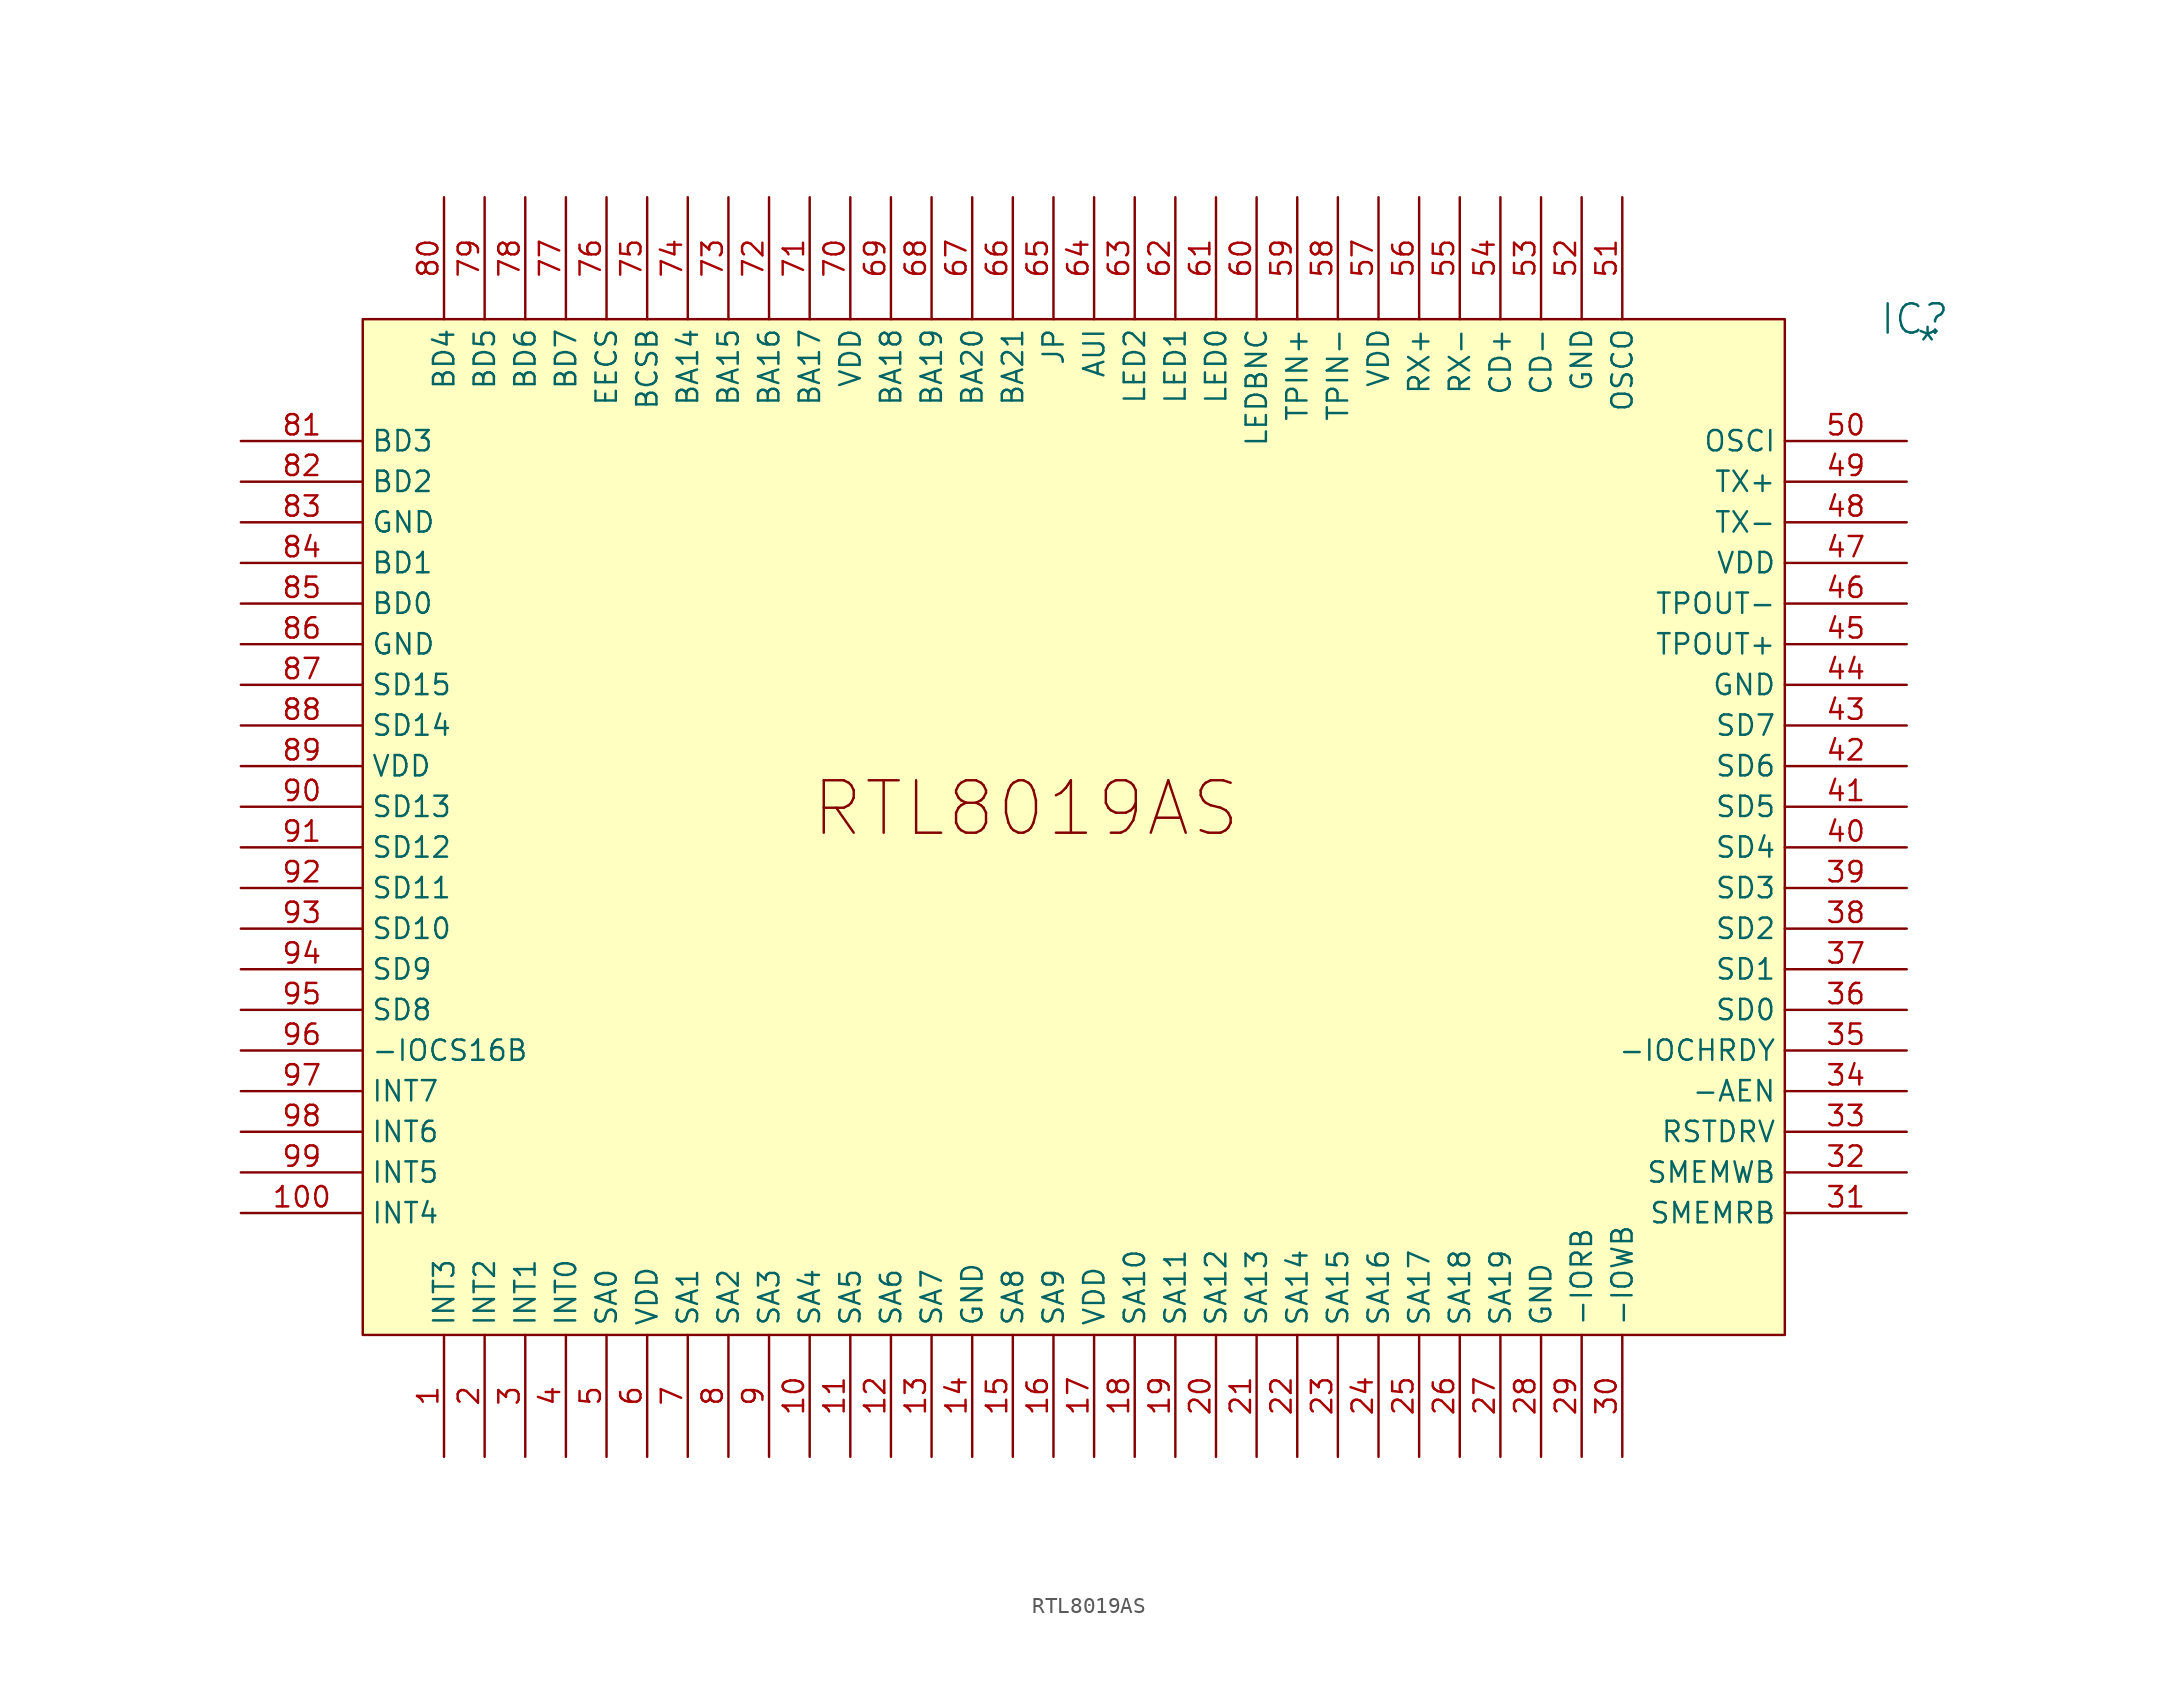
<source format=kicad_sym>
(kicad_symbol_lib
  (version 20241209)
  (generator "kicad_symbol_editor")
  (generator_version "9.0")
  (symbol "RTL8019AS"
    (property "Reference" "IC"
      (at 97.028 0 0)
      (effects (font (size 1.829 1.829))))
    (property "Value" "*"
      (at 97.028 -2.54 0)
      (effects (font (size 1.829 1.829)) (justify left bottom)))
    (symbol "RTL8019AS_1_0"
      (rectangle (start 88.9 0) (end 0 -63.5) (stroke (width 0) (type solid) (color 128 0 0 1)) (fill (type background)))
      (text "RTL8019AS" (at 27.94 -32.512 0) (effects (font (size 3.277 3.277)) (justify left bottom)))
      (pin passive line (at -7.62 -7.62 0) (length 7.62) (name "BD3" (effects (font (size 1.27 1.27)))) (number "81" (effects (font (size 1.27 1.27)))))
      (pin passive line (at -7.62 -10.16 0) (length 7.62) (name "BD2" (effects (font (size 1.27 1.27)))) (number "82" (effects (font (size 1.27 1.27)))))
      (pin passive line (at -7.62 -12.7 0) (length 7.62) (name "GND" (effects (font (size 1.27 1.27)))) (number "83" (effects (font (size 1.27 1.27)))))
      (pin passive line (at -7.62 -15.24 0) (length 7.62) (name "BD1" (effects (font (size 1.27 1.27)))) (number "84" (effects (font (size 1.27 1.27)))))
      (pin passive line (at -7.62 -17.78 0) (length 7.62) (name "BD0" (effects (font (size 1.27 1.27)))) (number "85" (effects (font (size 1.27 1.27)))))
      (pin passive line (at -7.62 -20.32 0) (length 7.62) (name "GND" (effects (font (size 1.27 1.27)))) (number "86" (effects (font (size 1.27 1.27)))))
      (pin passive line (at -7.62 -22.86 0) (length 7.62) (name "SD15" (effects (font (size 1.27 1.27)))) (number "87" (effects (font (size 1.27 1.27)))))
      (pin passive line (at -7.62 -25.4 0) (length 7.62) (name "SD14" (effects (font (size 1.27 1.27)))) (number "88" (effects (font (size 1.27 1.27)))))
      (pin passive line (at -7.62 -27.94 0) (length 7.62) (name "VDD" (effects (font (size 1.27 1.27)))) (number "89" (effects (font (size 1.27 1.27)))))
      (pin passive line (at -7.62 -30.48 0) (length 7.62) (name "SD13" (effects (font (size 1.27 1.27)))) (number "90" (effects (font (size 1.27 1.27)))))
      (pin passive line (at -7.62 -33.02 0) (length 7.62) (name "SD12" (effects (font (size 1.27 1.27)))) (number "91" (effects (font (size 1.27 1.27)))))
      (pin passive line (at -7.62 -35.56 0) (length 7.62) (name "SD11" (effects (font (size 1.27 1.27)))) (number "92" (effects (font (size 1.27 1.27)))))
      (pin passive line (at -7.62 -38.1 0) (length 7.62) (name "SD10" (effects (font (size 1.27 1.27)))) (number "93" (effects (font (size 1.27 1.27)))))
      (pin passive line (at -7.62 -40.64 0) (length 7.62) (name "SD9" (effects (font (size 1.27 1.27)))) (number "94" (effects (font (size 1.27 1.27)))))
      (pin passive line (at -7.62 -43.18 0) (length 7.62) (name "SD8" (effects (font (size 1.27 1.27)))) (number "95" (effects (font (size 1.27 1.27)))))
      (pin passive line (at -7.62 -45.72 0) (length 7.62) (name "-IOCS16B" (effects (font (size 1.27 1.27)))) (number "96" (effects (font (size 1.27 1.27)))))
      (pin passive line (at -7.62 -48.26 0) (length 7.62) (name "INT7" (effects (font (size 1.27 1.27)))) (number "97" (effects (font (size 1.27 1.27)))))
      (pin passive line (at -7.62 -50.8 0) (length 7.62) (name "INT6" (effects (font (size 1.27 1.27)))) (number "98" (effects (font (size 1.27 1.27)))))
      (pin passive line (at -7.62 -53.34 0) (length 7.62) (name "INT5" (effects (font (size 1.27 1.27)))) (number "99" (effects (font (size 1.27 1.27)))))
      (pin passive line (at -7.62 -55.88 0) (length 7.62) (name "INT4" (effects (font (size 1.27 1.27)))) (number "100" (effects (font (size 1.27 1.27)))))
      (pin passive line (at 5.08 7.62 270) (length 7.62) (name "BD4" (effects (font (size 1.27 1.27)))) (number "80" (effects (font (size 1.27 1.27)))))
      (pin passive line (at 5.08 -71.12 90) (length 7.62) (name "INT3" (effects (font (size 1.27 1.27)))) (number "1" (effects (font (size 1.27 1.27)))))
      (pin passive line (at 7.62 7.62 270) (length 7.62) (name "BD5" (effects (font (size 1.27 1.27)))) (number "79" (effects (font (size 1.27 1.27)))))
      (pin passive line (at 7.62 -71.12 90) (length 7.62) (name "INT2" (effects (font (size 1.27 1.27)))) (number "2" (effects (font (size 1.27 1.27)))))
      (pin passive line (at 10.16 7.62 270) (length 7.62) (name "BD6" (effects (font (size 1.27 1.27)))) (number "78" (effects (font (size 1.27 1.27)))))
      (pin passive line (at 10.16 -71.12 90) (length 7.62) (name "INT1" (effects (font (size 1.27 1.27)))) (number "3" (effects (font (size 1.27 1.27)))))
      (pin passive line (at 12.7 7.62 270) (length 7.62) (name "BD7" (effects (font (size 1.27 1.27)))) (number "77" (effects (font (size 1.27 1.27)))))
      (pin passive line (at 12.7 -71.12 90) (length 7.62) (name "INT0" (effects (font (size 1.27 1.27)))) (number "4" (effects (font (size 1.27 1.27)))))
      (pin passive line (at 15.24 7.62 270) (length 7.62) (name "EECS" (effects (font (size 1.27 1.27)))) (number "76" (effects (font (size 1.27 1.27)))))
      (pin passive line (at 15.24 -71.12 90) (length 7.62) (name "SA0" (effects (font (size 1.27 1.27)))) (number "5" (effects (font (size 1.27 1.27)))))
      (pin passive line (at 17.78 7.62 270) (length 7.62) (name "BCSB" (effects (font (size 1.27 1.27)))) (number "75" (effects (font (size 1.27 1.27)))))
      (pin passive line (at 17.78 -71.12 90) (length 7.62) (name "VDD" (effects (font (size 1.27 1.27)))) (number "6" (effects (font (size 1.27 1.27)))))
      (pin passive line (at 20.32 7.62 270) (length 7.62) (name "BA14" (effects (font (size 1.27 1.27)))) (number "74" (effects (font (size 1.27 1.27)))))
      (pin passive line (at 20.32 -71.12 90) (length 7.62) (name "SA1" (effects (font (size 1.27 1.27)))) (number "7" (effects (font (size 1.27 1.27)))))
      (pin passive line (at 22.86 7.62 270) (length 7.62) (name "BA15" (effects (font (size 1.27 1.27)))) (number "73" (effects (font (size 1.27 1.27)))))
      (pin passive line (at 22.86 -71.12 90) (length 7.62) (name "SA2" (effects (font (size 1.27 1.27)))) (number "8" (effects (font (size 1.27 1.27)))))
      (pin passive line (at 25.4 7.62 270) (length 7.62) (name "BA16" (effects (font (size 1.27 1.27)))) (number "72" (effects (font (size 1.27 1.27)))))
      (pin passive line (at 25.4 -71.12 90) (length 7.62) (name "SA3" (effects (font (size 1.27 1.27)))) (number "9" (effects (font (size 1.27 1.27)))))
      (pin passive line (at 27.94 7.62 270) (length 7.62) (name "BA17" (effects (font (size 1.27 1.27)))) (number "71" (effects (font (size 1.27 1.27)))))
      (pin passive line (at 27.94 -71.12 90) (length 7.62) (name "SA4" (effects (font (size 1.27 1.27)))) (number "10" (effects (font (size 1.27 1.27)))))
      (pin passive line (at 30.48 7.62 270) (length 7.62) (name "VDD" (effects (font (size 1.27 1.27)))) (number "70" (effects (font (size 1.27 1.27)))))
      (pin passive line (at 30.48 -71.12 90) (length 7.62) (name "SA5" (effects (font (size 1.27 1.27)))) (number "11" (effects (font (size 1.27 1.27)))))
      (pin passive line (at 33.02 7.62 270) (length 7.62) (name "BA18" (effects (font (size 1.27 1.27)))) (number "69" (effects (font (size 1.27 1.27)))))
      (pin passive line (at 33.02 -71.12 90) (length 7.62) (name "SA6" (effects (font (size 1.27 1.27)))) (number "12" (effects (font (size 1.27 1.27)))))
      (pin passive line (at 35.56 7.62 270) (length 7.62) (name "BA19" (effects (font (size 1.27 1.27)))) (number "68" (effects (font (size 1.27 1.27)))))
      (pin passive line (at 35.56 -71.12 90) (length 7.62) (name "SA7" (effects (font (size 1.27 1.27)))) (number "13" (effects (font (size 1.27 1.27)))))
      (pin passive line (at 38.1 7.62 270) (length 7.62) (name "BA20" (effects (font (size 1.27 1.27)))) (number "67" (effects (font (size 1.27 1.27)))))
      (pin passive line (at 38.1 -71.12 90) (length 7.62) (name "GND" (effects (font (size 1.27 1.27)))) (number "14" (effects (font (size 1.27 1.27)))))
      (pin passive line (at 40.64 7.62 270) (length 7.62) (name "BA21" (effects (font (size 1.27 1.27)))) (number "66" (effects (font (size 1.27 1.27)))))
      (pin passive line (at 40.64 -71.12 90) (length 7.62) (name "SA8" (effects (font (size 1.27 1.27)))) (number "15" (effects (font (size 1.27 1.27)))))
      (pin passive line (at 43.18 7.62 270) (length 7.62) (name "JP" (effects (font (size 1.27 1.27)))) (number "65" (effects (font (size 1.27 1.27)))))
      (pin passive line (at 43.18 -71.12 90) (length 7.62) (name "SA9" (effects (font (size 1.27 1.27)))) (number "16" (effects (font (size 1.27 1.27)))))
      (pin passive line (at 45.72 7.62 270) (length 7.62) (name "AUI" (effects (font (size 1.27 1.27)))) (number "64" (effects (font (size 1.27 1.27)))))
      (pin passive line (at 45.72 -71.12 90) (length 7.62) (name "VDD" (effects (font (size 1.27 1.27)))) (number "17" (effects (font (size 1.27 1.27)))))
      (pin passive line (at 48.26 7.62 270) (length 7.62) (name "LED2" (effects (font (size 1.27 1.27)))) (number "63" (effects (font (size 1.27 1.27)))))
      (pin passive line (at 48.26 -71.12 90) (length 7.62) (name "SA10" (effects (font (size 1.27 1.27)))) (number "18" (effects (font (size 1.27 1.27)))))
      (pin passive line (at 50.8 7.62 270) (length 7.62) (name "LED1" (effects (font (size 1.27 1.27)))) (number "62" (effects (font (size 1.27 1.27)))))
      (pin passive line (at 50.8 -71.12 90) (length 7.62) (name "SA11" (effects (font (size 1.27 1.27)))) (number "19" (effects (font (size 1.27 1.27)))))
      (pin passive line (at 53.34 7.62 270) (length 7.62) (name "LED0" (effects (font (size 1.27 1.27)))) (number "61" (effects (font (size 1.27 1.27)))))
      (pin passive line (at 53.34 -71.12 90) (length 7.62) (name "SA12" (effects (font (size 1.27 1.27)))) (number "20" (effects (font (size 1.27 1.27)))))
      (pin passive line (at 55.88 7.62 270) (length 7.62) (name "LEDBNC" (effects (font (size 1.27 1.27)))) (number "60" (effects (font (size 1.27 1.27)))))
      (pin passive line (at 55.88 -71.12 90) (length 7.62) (name "SA13" (effects (font (size 1.27 1.27)))) (number "21" (effects (font (size 1.27 1.27)))))
      (pin passive line (at 58.42 7.62 270) (length 7.62) (name "TPIN+" (effects (font (size 1.27 1.27)))) (number "59" (effects (font (size 1.27 1.27)))))
      (pin passive line (at 58.42 -71.12 90) (length 7.62) (name "SA14" (effects (font (size 1.27 1.27)))) (number "22" (effects (font (size 1.27 1.27)))))
      (pin passive line (at 60.96 7.62 270) (length 7.62) (name "TPIN-" (effects (font (size 1.27 1.27)))) (number "58" (effects (font (size 1.27 1.27)))))
      (pin passive line (at 60.96 -71.12 90) (length 7.62) (name "SA15" (effects (font (size 1.27 1.27)))) (number "23" (effects (font (size 1.27 1.27)))))
      (pin passive line (at 63.5 7.62 270) (length 7.62) (name "VDD" (effects (font (size 1.27 1.27)))) (number "57" (effects (font (size 1.27 1.27)))))
      (pin passive line (at 63.5 -71.12 90) (length 7.62) (name "SA16" (effects (font (size 1.27 1.27)))) (number "24" (effects (font (size 1.27 1.27)))))
      (pin passive line (at 66.04 7.62 270) (length 7.62) (name "RX+" (effects (font (size 1.27 1.27)))) (number "56" (effects (font (size 1.27 1.27)))))
      (pin passive line (at 66.04 -71.12 90) (length 7.62) (name "SA17" (effects (font (size 1.27 1.27)))) (number "25" (effects (font (size 1.27 1.27)))))
      (pin passive line (at 68.58 7.62 270) (length 7.62) (name "RX-" (effects (font (size 1.27 1.27)))) (number "55" (effects (font (size 1.27 1.27)))))
      (pin passive line (at 68.58 -71.12 90) (length 7.62) (name "SA18" (effects (font (size 1.27 1.27)))) (number "26" (effects (font (size 1.27 1.27)))))
      (pin passive line (at 71.12 7.62 270) (length 7.62) (name "CD+" (effects (font (size 1.27 1.27)))) (number "54" (effects (font (size 1.27 1.27)))))
      (pin passive line (at 71.12 -71.12 90) (length 7.62) (name "SA19" (effects (font (size 1.27 1.27)))) (number "27" (effects (font (size 1.27 1.27)))))
      (pin passive line (at 73.66 7.62 270) (length 7.62) (name "CD-" (effects (font (size 1.27 1.27)))) (number "53" (effects (font (size 1.27 1.27)))))
      (pin passive line (at 73.66 -71.12 90) (length 7.62) (name "GND" (effects (font (size 1.27 1.27)))) (number "28" (effects (font (size 1.27 1.27)))))
      (pin passive line (at 76.2 7.62 270) (length 7.62) (name "GND" (effects (font (size 1.27 1.27)))) (number "52" (effects (font (size 1.27 1.27)))))
      (pin passive line (at 76.2 -71.12 90) (length 7.62) (name "-IORB" (effects (font (size 1.27 1.27)))) (number "29" (effects (font (size 1.27 1.27)))))
      (pin passive line (at 78.74 7.62 270) (length 7.62) (name "OSCO" (effects (font (size 1.27 1.27)))) (number "51" (effects (font (size 1.27 1.27)))))
      (pin passive line (at 78.74 -71.12 90) (length 7.62) (name "-IOWB" (effects (font (size 1.27 1.27)))) (number "30" (effects (font (size 1.27 1.27)))))
      (pin passive line (at 96.52 -7.62 180) (length 7.62) (name "OSCI" (effects (font (size 1.27 1.27)))) (number "50" (effects (font (size 1.27 1.27)))))
      (pin passive line (at 96.52 -10.16 180) (length 7.62) (name "TX+" (effects (font (size 1.27 1.27)))) (number "49" (effects (font (size 1.27 1.27)))))
      (pin passive line (at 96.52 -12.7 180) (length 7.62) (name "TX-" (effects (font (size 1.27 1.27)))) (number "48" (effects (font (size 1.27 1.27)))))
      (pin passive line (at 96.52 -15.24 180) (length 7.62) (name "VDD" (effects (font (size 1.27 1.27)))) (number "47" (effects (font (size 1.27 1.27)))))
      (pin passive line (at 96.52 -17.78 180) (length 7.62) (name "TPOUT-" (effects (font (size 1.27 1.27)))) (number "46" (effects (font (size 1.27 1.27)))))
      (pin passive line (at 96.52 -20.32 180) (length 7.62) (name "TPOUT+" (effects (font (size 1.27 1.27)))) (number "45" (effects (font (size 1.27 1.27)))))
      (pin passive line (at 96.52 -22.86 180) (length 7.62) (name "GND" (effects (font (size 1.27 1.27)))) (number "44" (effects (font (size 1.27 1.27)))))
      (pin passive line (at 96.52 -25.4 180) (length 7.62) (name "SD7" (effects (font (size 1.27 1.27)))) (number "43" (effects (font (size 1.27 1.27)))))
      (pin passive line (at 96.52 -27.94 180) (length 7.62) (name "SD6" (effects (font (size 1.27 1.27)))) (number "42" (effects (font (size 1.27 1.27)))))
      (pin passive line (at 96.52 -30.48 180) (length 7.62) (name "SD5" (effects (font (size 1.27 1.27)))) (number "41" (effects (font (size 1.27 1.27)))))
      (pin passive line (at 96.52 -33.02 180) (length 7.62) (name "SD4" (effects (font (size 1.27 1.27)))) (number "40" (effects (font (size 1.27 1.27)))))
      (pin passive line (at 96.52 -35.56 180) (length 7.62) (name "SD3" (effects (font (size 1.27 1.27)))) (number "39" (effects (font (size 1.27 1.27)))))
      (pin passive line (at 96.52 -38.1 180) (length 7.62) (name "SD2" (effects (font (size 1.27 1.27)))) (number "38" (effects (font (size 1.27 1.27)))))
      (pin passive line (at 96.52 -40.64 180) (length 7.62) (name "SD1" (effects (font (size 1.27 1.27)))) (number "37" (effects (font (size 1.27 1.27)))))
      (pin passive line (at 96.52 -43.18 180) (length 7.62) (name "SD0" (effects (font (size 1.27 1.27)))) (number "36" (effects (font (size 1.27 1.27)))))
      (pin passive line (at 96.52 -45.72 180) (length 7.62) (name "-IOCHRDY" (effects (font (size 1.27 1.27)))) (number "35" (effects (font (size 1.27 1.27)))))
      (pin passive line (at 96.52 -48.26 180) (length 7.62) (name "-AEN" (effects (font (size 1.27 1.27)))) (number "34" (effects (font (size 1.27 1.27)))))
      (pin passive line (at 96.52 -50.8 180) (length 7.62) (name "RSTDRV" (effects (font (size 1.27 1.27)))) (number "33" (effects (font (size 1.27 1.27)))))
      (pin passive line (at 96.52 -53.34 180) (length 7.62) (name "SMEMWB" (effects (font (size 1.27 1.27)))) (number "32" (effects (font (size 1.27 1.27)))))
      (pin passive line (at 96.52 -55.88 180) (length 7.62) (name "SMEMRB" (effects (font (size 1.27 1.27)))) (number "31" (effects (font (size 1.27 1.27))))))))
</source>
